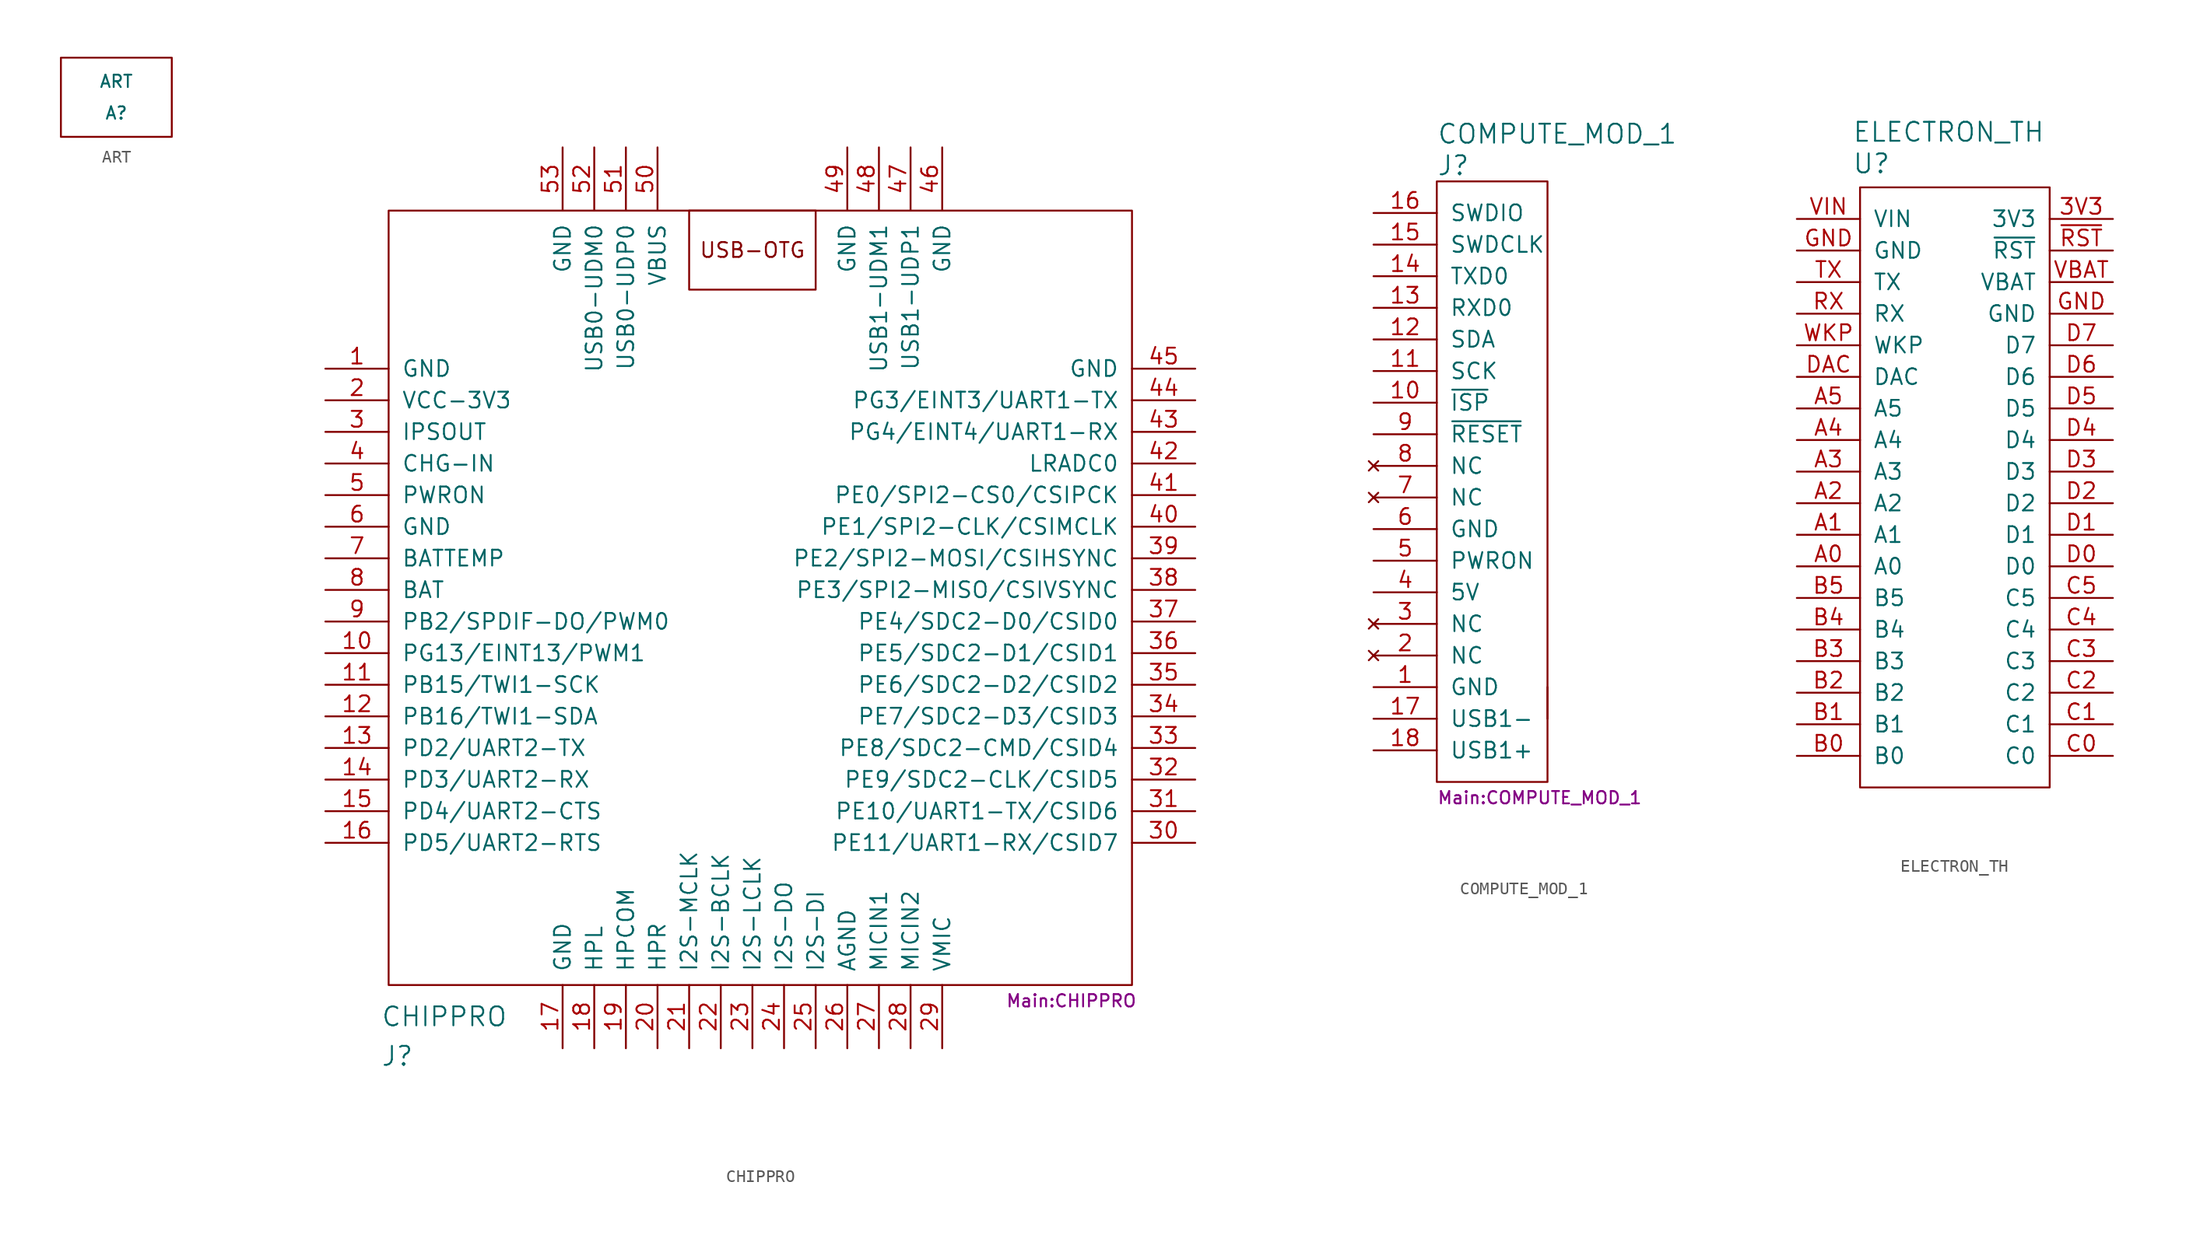
<source format=kicad_sym>
(kicad_symbol_lib
  (version 20211014)
  (generator kicad_symbol_editor)
  (symbol "ART"
    (pin_names
      (offset 1.016))
    (property "Reference" "A"
      (at 0 -1.27 0)
      (effects (font (size 0.991 0.991))))
    (property "Value" "ART"
      (at 0 1.27 0)
      (effects (font (size 0.991 0.991))))
    (symbol "ART_0_1"
      (rectangle (start -4.445 3.175) (end 4.445 -3.175) (stroke (width 0) (type default) (color 0 0 0 0)) (fill (type none)))))
  (symbol "CHIPPRO"
    (pin_names
      (offset 1.016))
    (property "Reference" "J"
      (at -29.845 -36.195 0)
      (effects (font (size 1.524 1.524)) (justify left)))
    (property "Value" "CHIPPRO"
      (at -29.845 -33.02 0)
      (effects (font (size 1.524 1.524)) (justify left)))
    (property "Footprint" "Main:CHIPPRO"
      (at 20.32 -31.75 0)
      (effects (font (size 0.991 0.991)) (justify left)))
    (symbol "CHIPPRO_0_0"
      (text "USB-OTG" (at 0 28.575 0) (effects (font (size 1.194 1.194)))))
    (symbol "CHIPPRO_0_1"
      (rectangle (start -29.21 31.75) (end 30.48 -30.48) (stroke (width 0) (type default) (color 0 0 0 0)) (fill (type none)))
      (rectangle (start -5.08 31.75) (end 5.08 25.4) (stroke (width 0) (type default) (color 0 0 0 0)) (fill (type none))))
    (symbol "CHIPPRO_1_1"
      (pin power_in line (at -34.29 19.05 0) (length 5.08) (name "GND" (effects (font (size 1.27 1.27)))) (number "1" (effects (font (size 1.27 1.27)))))
      (pin bidirectional line (at -34.29 -3.81 0) (length 5.08) (name "PG13/EINT13/PWM1" (effects (font (size 1.27 1.27)))) (number "10" (effects (font (size 1.27 1.27)))))
      (pin bidirectional line (at -34.29 -6.35 0) (length 5.08) (name "PB15/TWI1-SCK" (effects (font (size 1.27 1.27)))) (number "11" (effects (font (size 1.27 1.27)))))
      (pin bidirectional line (at -34.29 -8.89 0) (length 5.08) (name "PB16/TWI1-SDA" (effects (font (size 1.27 1.27)))) (number "12" (effects (font (size 1.27 1.27)))))
      (pin output line (at -34.29 -11.43 0) (length 5.08) (name "PD2/UART2-TX" (effects (font (size 1.27 1.27)))) (number "13" (effects (font (size 1.27 1.27)))))
      (pin input line (at -34.29 -13.97 0) (length 5.08) (name "PD3/UART2-RX" (effects (font (size 1.27 1.27)))) (number "14" (effects (font (size 1.27 1.27)))))
      (pin bidirectional line (at -34.29 -16.51 0) (length 5.08) (name "PD4/UART2-CTS" (effects (font (size 1.27 1.27)))) (number "15" (effects (font (size 1.27 1.27)))))
      (pin bidirectional line (at -34.29 -19.05 0) (length 5.08) (name "PD5/UART2-RTS" (effects (font (size 1.27 1.27)))) (number "16" (effects (font (size 1.27 1.27)))))
      (pin power_in line (at -15.24 -35.56 90) (length 5.08) (name "GND" (effects (font (size 1.27 1.27)))) (number "17" (effects (font (size 1.27 1.27)))))
      (pin bidirectional line (at -12.7 -35.56 90) (length 5.08) (name "HPL" (effects (font (size 1.27 1.27)))) (number "18" (effects (font (size 1.27 1.27)))))
      (pin bidirectional line (at -10.16 -35.56 90) (length 5.08) (name "HPCOM" (effects (font (size 1.27 1.27)))) (number "19" (effects (font (size 1.27 1.27)))))
      (pin power_out line (at -34.29 16.51 0) (length 5.08) (name "VCC-3V3" (effects (font (size 1.27 1.27)))) (number "2" (effects (font (size 1.27 1.27)))))
      (pin bidirectional line (at -7.62 -35.56 90) (length 5.08) (name "HPR" (effects (font (size 1.27 1.27)))) (number "20" (effects (font (size 1.27 1.27)))))
      (pin bidirectional line (at -5.08 -35.56 90) (length 5.08) (name "I2S-MCLK" (effects (font (size 1.27 1.27)))) (number "21" (effects (font (size 1.27 1.27)))))
      (pin bidirectional line (at -2.54 -35.56 90) (length 5.08) (name "I2S-BCLK" (effects (font (size 1.27 1.27)))) (number "22" (effects (font (size 1.27 1.27)))))
      (pin bidirectional line (at 0 -35.56 90) (length 5.08) (name "I2S-LCLK" (effects (font (size 1.27 1.27)))) (number "23" (effects (font (size 1.27 1.27)))))
      (pin bidirectional line (at 2.54 -35.56 90) (length 5.08) (name "I2S-DO" (effects (font (size 1.27 1.27)))) (number "24" (effects (font (size 1.27 1.27)))))
      (pin bidirectional line (at 5.08 -35.56 90) (length 5.08) (name "I2S-DI" (effects (font (size 1.27 1.27)))) (number "25" (effects (font (size 1.27 1.27)))))
      (pin bidirectional line (at 7.62 -35.56 90) (length 5.08) (name "AGND" (effects (font (size 1.27 1.27)))) (number "26" (effects (font (size 1.27 1.27)))))
      (pin bidirectional line (at 10.16 -35.56 90) (length 5.08) (name "MICIN1" (effects (font (size 1.27 1.27)))) (number "27" (effects (font (size 1.27 1.27)))))
      (pin bidirectional line (at 12.7 -35.56 90) (length 5.08) (name "MICIN2" (effects (font (size 1.27 1.27)))) (number "28" (effects (font (size 1.27 1.27)))))
      (pin bidirectional line (at 15.24 -35.56 90) (length 5.08) (name "VMIC" (effects (font (size 1.27 1.27)))) (number "29" (effects (font (size 1.27 1.27)))))
      (pin power_out line (at -34.29 13.97 0) (length 5.08) (name "IPSOUT" (effects (font (size 1.27 1.27)))) (number "3" (effects (font (size 1.27 1.27)))))
      (pin bidirectional line (at 35.56 -19.05 180) (length 5.08) (name "PE11/UART1-RX/CSID7" (effects (font (size 1.27 1.27)))) (number "30" (effects (font (size 1.27 1.27)))))
      (pin bidirectional line (at 35.56 -16.51 180) (length 5.08) (name "PE10/UART1-TX/CSID6" (effects (font (size 1.27 1.27)))) (number "31" (effects (font (size 1.27 1.27)))))
      (pin bidirectional line (at 35.56 -13.97 180) (length 5.08) (name "PE9/SDC2-CLK/CSID5" (effects (font (size 1.27 1.27)))) (number "32" (effects (font (size 1.27 1.27)))))
      (pin bidirectional line (at 35.56 -11.43 180) (length 5.08) (name "PE8/SDC2-CMD/CSID4" (effects (font (size 1.27 1.27)))) (number "33" (effects (font (size 1.27 1.27)))))
      (pin bidirectional line (at 35.56 -8.89 180) (length 5.08) (name "PE7/SDC2-D3/CSID3" (effects (font (size 1.27 1.27)))) (number "34" (effects (font (size 1.27 1.27)))))
      (pin bidirectional line (at 35.56 -6.35 180) (length 5.08) (name "PE6/SDC2-D2/CSID2" (effects (font (size 1.27 1.27)))) (number "35" (effects (font (size 1.27 1.27)))))
      (pin bidirectional line (at 35.56 -3.81 180) (length 5.08) (name "PE5/SDC2-D1/CSID1" (effects (font (size 1.27 1.27)))) (number "36" (effects (font (size 1.27 1.27)))))
      (pin bidirectional line (at 35.56 -1.27 180) (length 5.08) (name "PE4/SDC2-D0/CSID0" (effects (font (size 1.27 1.27)))) (number "37" (effects (font (size 1.27 1.27)))))
      (pin bidirectional line (at 35.56 1.27 180) (length 5.08) (name "PE3/SPI2-MISO/CSIVSYNC" (effects (font (size 1.27 1.27)))) (number "38" (effects (font (size 1.27 1.27)))))
      (pin bidirectional line (at 35.56 3.81 180) (length 5.08) (name "PE2/SPI2-MOSI/CSIHSYNC" (effects (font (size 1.27 1.27)))) (number "39" (effects (font (size 1.27 1.27)))))
      (pin power_in line (at -34.29 11.43 0) (length 5.08) (name "CHG-IN" (effects (font (size 1.27 1.27)))) (number "4" (effects (font (size 1.27 1.27)))))
      (pin bidirectional line (at 35.56 6.35 180) (length 5.08) (name "PE1/SPI2-CLK/CSIMCLK" (effects (font (size 1.27 1.27)))) (number "40" (effects (font (size 1.27 1.27)))))
      (pin bidirectional line (at 35.56 8.89 180) (length 5.08) (name "PE0/SPI2-CS0/CSIPCK" (effects (font (size 1.27 1.27)))) (number "41" (effects (font (size 1.27 1.27)))))
      (pin bidirectional line (at 35.56 11.43 180) (length 5.08) (name "LRADC0" (effects (font (size 1.27 1.27)))) (number "42" (effects (font (size 1.27 1.27)))))
      (pin bidirectional line (at 35.56 13.97 180) (length 5.08) (name "PG4/EINT4/UART1-RX" (effects (font (size 1.27 1.27)))) (number "43" (effects (font (size 1.27 1.27)))))
      (pin bidirectional line (at 35.56 16.51 180) (length 5.08) (name "PG3/EINT3/UART1-TX" (effects (font (size 1.27 1.27)))) (number "44" (effects (font (size 1.27 1.27)))))
      (pin bidirectional line (at 35.56 19.05 180) (length 5.08) (name "GND" (effects (font (size 1.27 1.27)))) (number "45" (effects (font (size 1.27 1.27)))))
      (pin power_in line (at 15.24 36.83 270) (length 5.08) (name "GND" (effects (font (size 1.27 1.27)))) (number "46" (effects (font (size 1.27 1.27)))))
      (pin power_in line (at 12.7 36.83 270) (length 5.08) (name "USB1-UDP1" (effects (font (size 1.27 1.27)))) (number "47" (effects (font (size 1.27 1.27)))))
      (pin power_in line (at 10.16 36.83 270) (length 5.08) (name "USB1-UDM1" (effects (font (size 1.27 1.27)))) (number "48" (effects (font (size 1.27 1.27)))))
      (pin power_in line (at 7.62 36.83 270) (length 5.08) (name "GND" (effects (font (size 1.27 1.27)))) (number "49" (effects (font (size 1.27 1.27)))))
      (pin input line (at -34.29 8.89 0) (length 5.08) (name "PWRON" (effects (font (size 1.27 1.27)))) (number "5" (effects (font (size 1.27 1.27)))))
      (pin power_in line (at -7.62 36.83 270) (length 5.08) (name "VBUS" (effects (font (size 1.27 1.27)))) (number "50" (effects (font (size 1.27 1.27)))))
      (pin power_in line (at -10.16 36.83 270) (length 5.08) (name "USB0-UDP0" (effects (font (size 1.27 1.27)))) (number "51" (effects (font (size 1.27 1.27)))))
      (pin power_in line (at -12.7 36.83 270) (length 5.08) (name "USB0-UDM0" (effects (font (size 1.27 1.27)))) (number "52" (effects (font (size 1.27 1.27)))))
      (pin power_in line (at -15.24 36.83 270) (length 5.08) (name "GND" (effects (font (size 1.27 1.27)))) (number "53" (effects (font (size 1.27 1.27)))))
      (pin power_in line (at -34.29 6.35 0) (length 5.08) (name "GND" (effects (font (size 1.27 1.27)))) (number "6" (effects (font (size 1.27 1.27)))))
      (pin input line (at -34.29 3.81 0) (length 5.08) (name "BATTEMP" (effects (font (size 1.27 1.27)))) (number "7" (effects (font (size 1.27 1.27)))))
      (pin bidirectional line (at -34.29 1.27 0) (length 5.08) (name "BAT" (effects (font (size 1.27 1.27)))) (number "8" (effects (font (size 1.27 1.27)))))
      (pin bidirectional line (at -34.29 -1.27 0) (length 5.08) (name "PB2/SPDIF-DO/PWM0" (effects (font (size 1.27 1.27)))) (number "9" (effects (font (size 1.27 1.27)))))))
  (symbol "COMPUTE_MOD_1"
    (pin_names
      (offset 1.016))
    (property "Reference" "J"
      (at -3.81 25.4 0)
      (effects (font (size 1.524 1.524)) (justify left)))
    (property "Value" "COMPUTE_MOD_1"
      (at -3.81 27.94 0)
      (effects (font (size 1.524 1.524)) (justify left)))
    (property "Footprint" "Main:COMPUTE_MOD_1"
      (at -3.81 -25.4 0)
      (effects (font (size 0.991 0.991)) (justify left)))
    (symbol "COMPUTE_MOD_1_0_1"
      (rectangle (start -3.81 24.13) (end 5.08 -24.13) (stroke (width 0) (type default) (color 0 0 0 0)) (fill (type none)))
      (rectangle (start 5.08 -19.05) (end 5.08 -16.51) (stroke (width 0) (type default) (color 0 0 0 0)) (fill (type none))))
    (symbol "COMPUTE_MOD_1_1_1"
      (pin power_in line (at -8.89 -16.51 0) (length 5.08) (name "GND" (effects (font (size 1.27 1.27)))) (number "1" (effects (font (size 1.27 1.27)))))
      (pin output line (at -8.89 6.35 0) (length 5.08) (name "~{ISP}" (effects (font (size 1.27 1.27)))) (number "10" (effects (font (size 1.27 1.27)))))
      (pin bidirectional line (at -8.89 8.89 0) (length 5.08) (name "SCK" (effects (font (size 1.27 1.27)))) (number "11" (effects (font (size 1.27 1.27)))))
      (pin bidirectional line (at -8.89 11.43 0) (length 5.08) (name "SDA" (effects (font (size 1.27 1.27)))) (number "12" (effects (font (size 1.27 1.27)))))
      (pin output line (at -8.89 13.97 0) (length 5.08) (name "RXD0" (effects (font (size 1.27 1.27)))) (number "13" (effects (font (size 1.27 1.27)))))
      (pin input line (at -8.89 16.51 0) (length 5.08) (name "TXD0" (effects (font (size 1.27 1.27)))) (number "14" (effects (font (size 1.27 1.27)))))
      (pin bidirectional line (at -8.89 19.05 0) (length 5.08) (name "SWDCLK" (effects (font (size 1.27 1.27)))) (number "15" (effects (font (size 1.27 1.27)))))
      (pin bidirectional line (at -8.89 21.59 0) (length 5.08) (name "SWDIO" (effects (font (size 1.27 1.27)))) (number "16" (effects (font (size 1.27 1.27)))))
      (pin power_in line (at -8.89 -19.05 0) (length 5.08) (name "USB1-" (effects (font (size 1.27 1.27)))) (number "17" (effects (font (size 1.27 1.27)))))
      (pin power_in line (at -8.89 -21.59 0) (length 5.08) (name "USB1+" (effects (font (size 1.27 1.27)))) (number "18" (effects (font (size 1.27 1.27)))))
      (pin no_connect line (at -8.89 -13.97 0) (length 5.08) (name "NC" (effects (font (size 1.27 1.27)))) (number "2" (effects (font (size 1.27 1.27)))))
      (pin no_connect line (at -8.89 -11.43 0) (length 5.08) (name "NC" (effects (font (size 1.27 1.27)))) (number "3" (effects (font (size 1.27 1.27)))))
      (pin power_out line (at -8.89 -8.89 0) (length 5.08) (name "5V" (effects (font (size 1.27 1.27)))) (number "4" (effects (font (size 1.27 1.27)))))
      (pin input line (at -8.89 -6.35 0) (length 5.08) (name "PWRON" (effects (font (size 1.27 1.27)))) (number "5" (effects (font (size 1.27 1.27)))))
      (pin power_in line (at -8.89 -3.81 0) (length 5.08) (name "GND" (effects (font (size 1.27 1.27)))) (number "6" (effects (font (size 1.27 1.27)))))
      (pin no_connect line (at -8.89 -1.27 0) (length 5.08) (name "NC" (effects (font (size 1.27 1.27)))) (number "7" (effects (font (size 1.27 1.27)))))
      (pin no_connect line (at -8.89 1.27 0) (length 5.08) (name "NC" (effects (font (size 1.27 1.27)))) (number "8" (effects (font (size 1.27 1.27)))))
      (pin output line (at -8.89 3.81 0) (length 5.08) (name "~{RESET}" (effects (font (size 1.27 1.27)))) (number "9" (effects (font (size 1.27 1.27)))))))
  (symbol "ELECTRON_TH"
    (pin_names
      (offset 1.016))
    (property "Reference" "U"
      (at -8.255 26.035 0)
      (effects (font (size 1.524 1.524)) (justify left)))
    (property "Value" "ELECTRON_TH"
      (at -8.255 28.575 0)
      (effects (font (size 1.524 1.524)) (justify left)))
    (symbol "ELECTRON_TH_0_1"
      (rectangle (start 7.62 -24.13) (end -7.62 24.13) (stroke (width 0) (type default) (color 0 0 0 0)) (fill (type none))))
    (symbol "ELECTRON_TH_1_1"
      (pin bidirectional line (at 12.7 21.59 180) (length 5.08) (name "3V3" (effects (font (size 1.27 1.27)))) (number "3V3" (effects (font (size 1.27 1.27)))))
      (pin bidirectional line (at -12.7 -6.35 0) (length 5.08) (name "A0" (effects (font (size 1.27 1.27)))) (number "A0" (effects (font (size 1.27 1.27)))))
      (pin bidirectional line (at -12.7 -3.81 0) (length 5.08) (name "A1" (effects (font (size 1.27 1.27)))) (number "A1" (effects (font (size 1.27 1.27)))))
      (pin bidirectional line (at -12.7 -1.27 0) (length 5.08) (name "A2" (effects (font (size 1.27 1.27)))) (number "A2" (effects (font (size 1.27 1.27)))))
      (pin bidirectional line (at -12.7 1.27 0) (length 5.08) (name "A3" (effects (font (size 1.27 1.27)))) (number "A3" (effects (font (size 1.27 1.27)))))
      (pin bidirectional line (at -12.7 3.81 0) (length 5.08) (name "A4" (effects (font (size 1.27 1.27)))) (number "A4" (effects (font (size 1.27 1.27)))))
      (pin bidirectional line (at -12.7 6.35 0) (length 5.08) (name "A5" (effects (font (size 1.27 1.27)))) (number "A5" (effects (font (size 1.27 1.27)))))
      (pin bidirectional line (at -12.7 -21.59 0) (length 5.08) (name "B0" (effects (font (size 1.27 1.27)))) (number "B0" (effects (font (size 1.27 1.27)))))
      (pin bidirectional line (at -12.7 -19.05 0) (length 5.08) (name "B1" (effects (font (size 1.27 1.27)))) (number "B1" (effects (font (size 1.27 1.27)))))
      (pin bidirectional line (at -12.7 -16.51 0) (length 5.08) (name "B2" (effects (font (size 1.27 1.27)))) (number "B2" (effects (font (size 1.27 1.27)))))
      (pin bidirectional line (at -12.7 -13.97 0) (length 5.08) (name "B3" (effects (font (size 1.27 1.27)))) (number "B3" (effects (font (size 1.27 1.27)))))
      (pin bidirectional line (at -12.7 -11.43 0) (length 5.08) (name "B4" (effects (font (size 1.27 1.27)))) (number "B4" (effects (font (size 1.27 1.27)))))
      (pin bidirectional line (at -12.7 -8.89 0) (length 5.08) (name "B5" (effects (font (size 1.27 1.27)))) (number "B5" (effects (font (size 1.27 1.27)))))
      (pin bidirectional line (at 12.7 -21.59 180) (length 5.08) (name "C0" (effects (font (size 1.27 1.27)))) (number "C0" (effects (font (size 1.27 1.27)))))
      (pin bidirectional line (at 12.7 -19.05 180) (length 5.08) (name "C1" (effects (font (size 1.27 1.27)))) (number "C1" (effects (font (size 1.27 1.27)))))
      (pin bidirectional line (at 12.7 -16.51 180) (length 5.08) (name "C2" (effects (font (size 1.27 1.27)))) (number "C2" (effects (font (size 1.27 1.27)))))
      (pin bidirectional line (at 12.7 -13.97 180) (length 5.08) (name "C3" (effects (font (size 1.27 1.27)))) (number "C3" (effects (font (size 1.27 1.27)))))
      (pin bidirectional line (at 12.7 -11.43 180) (length 5.08) (name "C4" (effects (font (size 1.27 1.27)))) (number "C4" (effects (font (size 1.27 1.27)))))
      (pin bidirectional line (at 12.7 -8.89 180) (length 5.08) (name "C5" (effects (font (size 1.27 1.27)))) (number "C5" (effects (font (size 1.27 1.27)))))
      (pin bidirectional line (at 12.7 -6.35 180) (length 5.08) (name "D0" (effects (font (size 1.27 1.27)))) (number "D0" (effects (font (size 1.27 1.27)))))
      (pin bidirectional line (at 12.7 -3.81 180) (length 5.08) (name "D1" (effects (font (size 1.27 1.27)))) (number "D1" (effects (font (size 1.27 1.27)))))
      (pin bidirectional line (at 12.7 -1.27 180) (length 5.08) (name "D2" (effects (font (size 1.27 1.27)))) (number "D2" (effects (font (size 1.27 1.27)))))
      (pin bidirectional line (at 12.7 1.27 180) (length 5.08) (name "D3" (effects (font (size 1.27 1.27)))) (number "D3" (effects (font (size 1.27 1.27)))))
      (pin bidirectional line (at 12.7 3.81 180) (length 5.08) (name "D4" (effects (font (size 1.27 1.27)))) (number "D4" (effects (font (size 1.27 1.27)))))
      (pin bidirectional line (at 12.7 6.35 180) (length 5.08) (name "D5" (effects (font (size 1.27 1.27)))) (number "D5" (effects (font (size 1.27 1.27)))))
      (pin bidirectional line (at 12.7 8.89 180) (length 5.08) (name "D6" (effects (font (size 1.27 1.27)))) (number "D6" (effects (font (size 1.27 1.27)))))
      (pin bidirectional line (at 12.7 11.43 180) (length 5.08) (name "D7" (effects (font (size 1.27 1.27)))) (number "D7" (effects (font (size 1.27 1.27)))))
      (pin bidirectional line (at -12.7 8.89 0) (length 5.08) (name "DAC" (effects (font (size 1.27 1.27)))) (number "DAC" (effects (font (size 1.27 1.27)))))
      (pin power_in line (at -12.7 19.05 0) (length 5.08) (name "GND" (effects (font (size 1.27 1.27)))) (number "GND" (effects (font (size 1.27 1.27)))))
      (pin bidirectional line (at 12.7 13.97 180) (length 5.08) (name "GND" (effects (font (size 1.27 1.27)))) (number "GND" (effects (font (size 1.27 1.27)))))
      (pin input line (at -12.7 13.97 0) (length 5.08) (name "RX" (effects (font (size 1.27 1.27)))) (number "RX" (effects (font (size 1.27 1.27)))))
      (pin output line (at -12.7 16.51 0) (length 5.08) (name "TX" (effects (font (size 1.27 1.27)))) (number "TX" (effects (font (size 1.27 1.27)))))
      (pin bidirectional line (at 12.7 16.51 180) (length 5.08) (name "VBAT" (effects (font (size 1.27 1.27)))) (number "VBAT" (effects (font (size 1.27 1.27)))))
      (pin power_in line (at -12.7 21.59 0) (length 5.08) (name "VIN" (effects (font (size 1.27 1.27)))) (number "VIN" (effects (font (size 1.27 1.27)))))
      (pin bidirectional line (at -12.7 11.43 0) (length 5.08) (name "WKP" (effects (font (size 1.27 1.27)))) (number "WKP" (effects (font (size 1.27 1.27)))))
      (pin bidirectional line (at 12.7 19.05 180) (length 5.08) (name "~{RST}" (effects (font (size 1.27 1.27)))) (number "~{RST}" (effects (font (size 1.27 1.27))))))))
</source>
